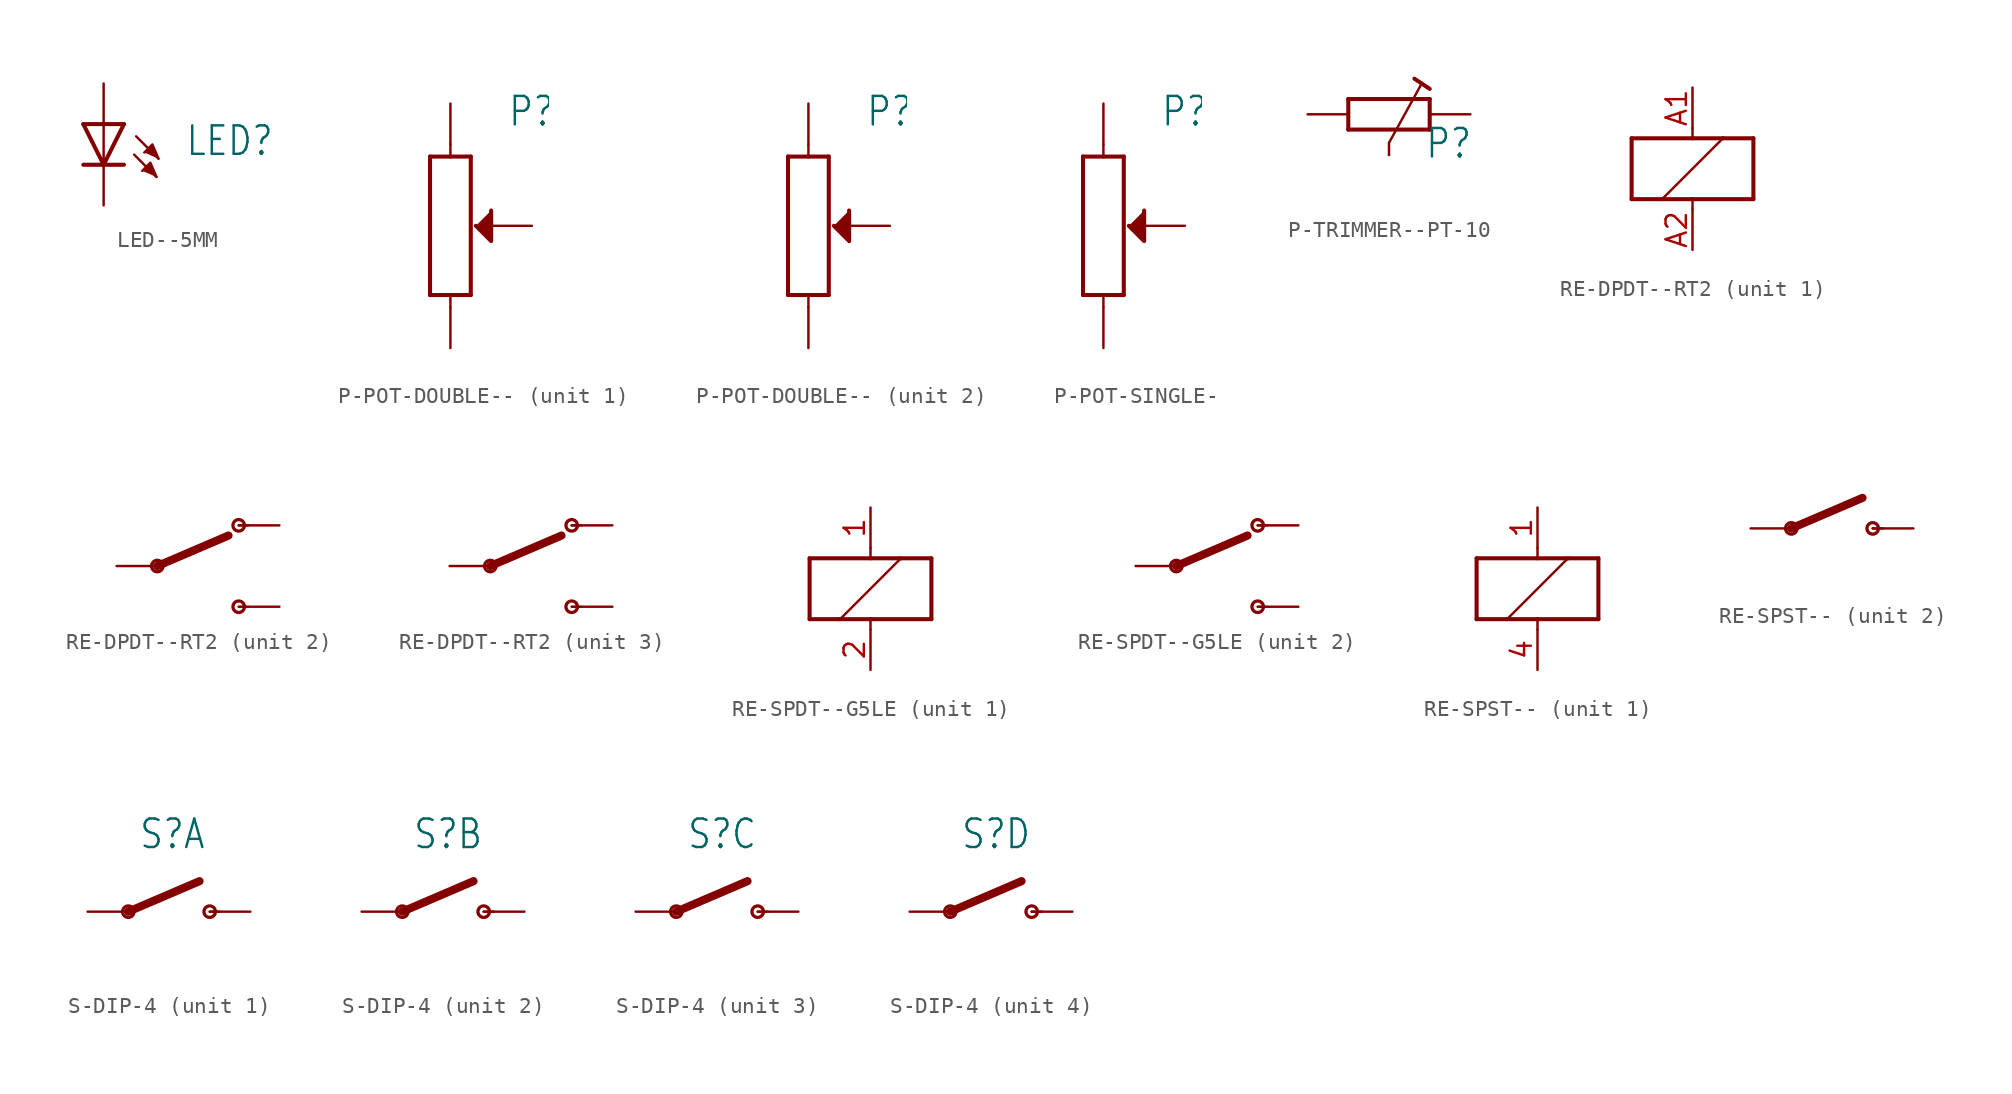
<source format=kicad_sym>
(kicad_symbol_lib
  (version 20231120)
  (generator "kicad_symbol_editor")
  (generator_version "8.0")
  (symbol "LED--5MM"
    (property "Reference" "LED"
      (at 5.08 0 0)
      (effects (font (size 1.778 1.511)) (justify left top)))
    (property "Value" ""
      (at 5.08 -2.54 0)
      (effects (font (size 1.778 1.511)) (justify left top)))
    (property "ki_locked" ""
      (at 0 0 0)
      (effects (font (size 1.27 1.27))))
    (symbol "LED--5MM_1_0"
      (polyline (pts (xy -1.27 -2.54) (xy 0 -2.54)) (stroke (width 0.254) (type solid)) (fill (type none)))
      (polyline (pts (xy -1.27 0) (xy 0 -2.54)) (stroke (width 0.254) (type solid)) (fill (type none)))
      (polyline (pts (xy -1.27 0) (xy 0 0)) (stroke (width 0.254) (type solid)) (fill (type none)))
      (polyline (pts (xy 0 -2.54) (xy 1.27 -2.54)) (stroke (width 0.254) (type solid)) (fill (type none)))
      (polyline (pts (xy 0 -2.54) (xy 1.27 0)) (stroke (width 0.254) (type solid)) (fill (type none)))
      (polyline (pts (xy 0 0) (xy 0 -2.54)) (stroke (width 0.152) (type solid)) (fill (type none)))
      (polyline (pts (xy 0 0) (xy 1.27 0)) (stroke (width 0.254) (type solid)) (fill (type none)))
      (polyline (pts (xy 1.905 -1.905) (xy 3.302 -3.302)) (stroke (width 0.152) (type solid)) (fill (type none)))
      (polyline (pts (xy 2.032 -0.762) (xy 3.429 -2.159)) (stroke (width 0.152) (type solid)) (fill (type none)))
      (polyline (pts (xy 3.302 -3.302) (xy 2.921 -2.413) (xy 2.413 -2.921)) (stroke (width 0.152) (type solid)) (fill (type outline)))
      (polyline (pts (xy 3.429 -2.159) (xy 3.048 -1.27) (xy 2.54 -1.778)) (stroke (width 0.152) (type solid)) (fill (type outline)))
      (pin passive line (at 0 2.54 270) (length 2.54) (name "A" (effects (font (size 0 0)))) (number "A" (effects (font (size 0 0)))))
      (pin passive line (at 0 -5.08 90) (length 2.54) (name "C" (effects (font (size 0 0)))) (number "C" (effects (font (size 0 0)))))))
  (symbol "P-POT-DOUBLE--"
    (property "Reference" "P"
      (at 1.016 6.096 0)
      (effects (font (size 1.778 1.511)) (justify left bottom)))
    (property "Value" ""
      (at 0.889 3.81 0)
      (effects (font (size 1.778 1.511)) (justify left bottom)))
    (property "ki_locked" ""
      (at 0 0 0)
      (effects (font (size 1.27 1.27))))
    (symbol "P-POT-DOUBLE--_1_0"
      (polyline (pts (xy -3.81 -4.318) (xy -3.81 4.318)) (stroke (width 0.254) (type solid)) (fill (type none)))
      (polyline (pts (xy -3.81 4.318) (xy -2.54 4.318)) (stroke (width 0.254) (type solid)) (fill (type none)))
      (polyline (pts (xy -2.54 -5.08) (xy -2.54 -4.318)) (stroke (width 0.152) (type solid)) (fill (type none)))
      (polyline (pts (xy -2.54 -4.318) (xy -3.81 -4.318)) (stroke (width 0.254) (type solid)) (fill (type none)))
      (polyline (pts (xy -2.54 4.318) (xy -1.27 4.318)) (stroke (width 0.254) (type solid)) (fill (type none)))
      (polyline (pts (xy -2.54 5.08) (xy -2.54 4.318)) (stroke (width 0.152) (type solid)) (fill (type none)))
      (polyline (pts (xy -1.27 -4.318) (xy -2.54 -4.318)) (stroke (width 0.254) (type solid)) (fill (type none)))
      (polyline (pts (xy -1.27 4.318) (xy -1.27 -4.318)) (stroke (width 0.254) (type solid)) (fill (type none)))
      (polyline (pts (xy -0.953 0) (xy 0 -0.953) (xy 0 0.953)) (stroke (width 0.254) (type solid)) (fill (type outline)))
      (pin passive line (at -2.54 -7.62 90) (length 2.54) (name "1A" (effects (font (size 0 0)))) (number "1A" (effects (font (size 0 0)))))
      (pin passive line (at -2.54 7.62 270) (length 2.54) (name "1E" (effects (font (size 0 0)))) (number "1E" (effects (font (size 0 0)))))
      (pin passive line (at 2.54 0 180) (length 2.54) (name "1S" (effects (font (size 0 0)))) (number "1S" (effects (font (size 0 0))))))
    (symbol "P-POT-DOUBLE--_2_0"
      (polyline (pts (xy -3.81 -4.318) (xy -3.81 4.318)) (stroke (width 0.254) (type solid)) (fill (type none)))
      (polyline (pts (xy -3.81 4.318) (xy -2.54 4.318)) (stroke (width 0.254) (type solid)) (fill (type none)))
      (polyline (pts (xy -2.54 -5.08) (xy -2.54 -4.318)) (stroke (width 0.152) (type solid)) (fill (type none)))
      (polyline (pts (xy -2.54 -4.318) (xy -3.81 -4.318)) (stroke (width 0.254) (type solid)) (fill (type none)))
      (polyline (pts (xy -2.54 4.318) (xy -1.27 4.318)) (stroke (width 0.254) (type solid)) (fill (type none)))
      (polyline (pts (xy -2.54 5.08) (xy -2.54 4.318)) (stroke (width 0.152) (type solid)) (fill (type none)))
      (polyline (pts (xy -1.27 -4.318) (xy -2.54 -4.318)) (stroke (width 0.254) (type solid)) (fill (type none)))
      (polyline (pts (xy -1.27 4.318) (xy -1.27 -4.318)) (stroke (width 0.254) (type solid)) (fill (type none)))
      (polyline (pts (xy -0.953 0) (xy 0 -0.953) (xy 0 0.953)) (stroke (width 0.254) (type solid)) (fill (type outline)))
      (pin passive line (at -2.54 -7.62 90) (length 2.54) (name "1A" (effects (font (size 0 0)))) (number "2A" (effects (font (size 0 0)))))
      (pin passive line (at -2.54 7.62 270) (length 2.54) (name "1E" (effects (font (size 0 0)))) (number "2E" (effects (font (size 0 0)))))
      (pin passive line (at 2.54 0 180) (length 2.54) (name "1S" (effects (font (size 0 0)))) (number "2S" (effects (font (size 0 0)))))))
  (symbol "P-POT-SINGLE-"
    (property "Reference" "P"
      (at 1.016 6.096 0)
      (effects (font (size 1.778 1.511)) (justify left bottom)))
    (property "Value" ""
      (at 0.889 3.81 0)
      (effects (font (size 1.778 1.511)) (justify left bottom)))
    (property "ki_locked" ""
      (at 0 0 0)
      (effects (font (size 1.27 1.27))))
    (symbol "P-POT-SINGLE-_1_0"
      (polyline (pts (xy -3.81 -4.318) (xy -3.81 4.318)) (stroke (width 0.254) (type solid)) (fill (type none)))
      (polyline (pts (xy -3.81 4.318) (xy -2.54 4.318)) (stroke (width 0.254) (type solid)) (fill (type none)))
      (polyline (pts (xy -2.54 -5.08) (xy -2.54 -4.318)) (stroke (width 0.152) (type solid)) (fill (type none)))
      (polyline (pts (xy -2.54 -4.318) (xy -3.81 -4.318)) (stroke (width 0.254) (type solid)) (fill (type none)))
      (polyline (pts (xy -2.54 4.318) (xy -1.27 4.318)) (stroke (width 0.254) (type solid)) (fill (type none)))
      (polyline (pts (xy -2.54 5.08) (xy -2.54 4.318)) (stroke (width 0.152) (type solid)) (fill (type none)))
      (polyline (pts (xy -1.27 -4.318) (xy -2.54 -4.318)) (stroke (width 0.254) (type solid)) (fill (type none)))
      (polyline (pts (xy -1.27 4.318) (xy -1.27 -4.318)) (stroke (width 0.254) (type solid)) (fill (type none)))
      (polyline (pts (xy -0.953 0) (xy 0 -0.953) (xy 0 0.953)) (stroke (width 0.254) (type solid)) (fill (type outline)))
      (pin passive line (at -2.54 -7.62 90) (length 2.54) (name "1A" (effects (font (size 0 0)))) (number "1A" (effects (font (size 0 0)))))
      (pin passive line (at -2.54 7.62 270) (length 2.54) (name "1E" (effects (font (size 0 0)))) (number "1E" (effects (font (size 0 0)))))
      (pin passive line (at 2.54 0 180) (length 2.54) (name "1S" (effects (font (size 0 0)))) (number "1S" (effects (font (size 0 0)))))))
  (symbol "P-TRIMMER--PT-10"
    (property "Reference" "P"
      (at 2.223 -2.857 0)
      (effects (font (size 1.778 1.511)) (justify left bottom)))
    (property "Value" ""
      (at 2.54 -5.397 0)
      (effects (font (size 1.778 1.511)) (justify left bottom)))
    (property "ki_locked" ""
      (at 0 0 0)
      (effects (font (size 1.27 1.27))))
    (symbol "P-TRIMMER--PT-10_1_0"
      (polyline (pts (xy -2.54 -0.953) (xy 2.54 -0.953)) (stroke (width 0.254) (type solid)) (fill (type none)))
      (polyline (pts (xy -2.54 0.953) (xy -2.54 -0.953)) (stroke (width 0.254) (type solid)) (fill (type none)))
      (polyline (pts (xy 0 -1.778) (xy 0 -2.54)) (stroke (width 0.152) (type solid)) (fill (type none)))
      (polyline (pts (xy 0 -1.778) (xy 2.032 1.905)) (stroke (width 0.152) (type solid)) (fill (type none)))
      (polyline (pts (xy 2.54 -0.953) (xy 2.54 0.953)) (stroke (width 0.254) (type solid)) (fill (type none)))
      (polyline (pts (xy 2.54 0.953) (xy -2.54 0.953)) (stroke (width 0.254) (type solid)) (fill (type none)))
      (polyline (pts (xy 2.54 1.587) (xy 1.587 2.223)) (stroke (width 0.254) (type solid)) (fill (type none)))
      (pin passive line (at -5.08 0 0) (length 2.54) (name "1" (effects (font (size 0 0)))) (number "1" (effects (font (size 0 0)))))
      (pin passive line (at 5.08 0 180) (length 2.54) (name "2" (effects (font (size 0 0)))) (number "2" (effects (font (size 0 0)))))
      (pin passive line (at 0 -2.54 90) (length 0) (name "3" (effects (font (size 0 0)))) (number "3" (effects (font (size 0 0)))))))
  (symbol "RE-DPDT--RT2"
    (property "Reference" "RE"
      (at -1.905 -6.35 0)
      (effects (font (size 1.778 1.511)) (justify left bottom) (hide yes)))
    (property "Value" ""
      (at -2.54 3.81 0)
      (effects (font (size 1.778 1.511)) (justify left bottom)))
    (property "ki_locked" ""
      (at 0 0 0)
      (effects (font (size 1.27 1.27))))
    (symbol "RE-DPDT--RT2_1_0"
      (polyline (pts (xy -3.81 -1.905) (xy -1.905 -1.905)) (stroke (width 0.254) (type solid)) (fill (type none)))
      (polyline (pts (xy -3.81 1.905) (xy -3.81 -1.905)) (stroke (width 0.254) (type solid)) (fill (type none)))
      (polyline (pts (xy -1.905 -1.905) (xy 0 -1.905)) (stroke (width 0.254) (type solid)) (fill (type none)))
      (polyline (pts (xy -1.905 -1.905) (xy 1.905 1.905)) (stroke (width 0.152) (type solid)) (fill (type none)))
      (polyline (pts (xy 0 -2.54) (xy 0 -1.905)) (stroke (width 0.152) (type solid)) (fill (type none)))
      (polyline (pts (xy 0 -1.905) (xy 3.81 -1.905)) (stroke (width 0.254) (type solid)) (fill (type none)))
      (polyline (pts (xy 0 1.905) (xy -3.81 1.905)) (stroke (width 0.254) (type solid)) (fill (type none)))
      (polyline (pts (xy 0 2.54) (xy 0 1.905)) (stroke (width 0.152) (type solid)) (fill (type none)))
      (polyline (pts (xy 1.905 1.905) (xy 0 1.905)) (stroke (width 0.254) (type solid)) (fill (type none)))
      (polyline (pts (xy 3.81 -1.905) (xy 3.81 1.905)) (stroke (width 0.254) (type solid)) (fill (type none)))
      (polyline (pts (xy 3.81 1.905) (xy 1.905 1.905)) (stroke (width 0.254) (type solid)) (fill (type none)))
      (pin passive line (at 0 5.08 270) (length 2.54) (name "1" (effects (font (size 0 0)))) (number "A1" (effects (font (size 1.27 1.27)))))
      (pin passive line (at 0 -5.08 90) (length 2.54) (name "2" (effects (font (size 0 0)))) (number "A2" (effects (font (size 1.27 1.27))))))
    (symbol "RE-DPDT--RT2_2_0"
      (circle (center -2.54 0) (radius 0.359) (stroke (width 0.203) (type solid)) (fill (type none)))
      (polyline (pts (xy -2.54 0) (xy 1.905 1.905)) (stroke (width 0.508) (type solid)) (fill (type none)))
      (polyline (pts (xy 2.54 -2.54) (xy 3.175 -2.54)) (stroke (width 0.127) (type solid)) (fill (type none)))
      (polyline (pts (xy 2.54 2.54) (xy 3.175 2.54)) (stroke (width 0.152) (type solid)) (fill (type none)))
      (circle (center 2.54 -2.54) (radius 0.359) (stroke (width 0.203) (type solid)) (fill (type none)))
      (circle (center 2.54 2.54) (radius 0.359) (stroke (width 0.203) (type solid)) (fill (type none)))
      (pin passive line (at 5.08 2.54 180) (length 2.54) (name "O" (effects (font (size 0 0)))) (number "O1" (effects (font (size 0 0)))))
      (pin passive line (at -5.08 0 0) (length 2.54) (name "P" (effects (font (size 0 0)))) (number "P1" (effects (font (size 0 0)))))
      (pin passive line (at 5.08 -2.54 180) (length 2.54) (name "S" (effects (font (size 0 0)))) (number "S1" (effects (font (size 0 0))))))
    (symbol "RE-DPDT--RT2_3_0"
      (circle (center -2.54 0) (radius 0.359) (stroke (width 0.203) (type solid)) (fill (type none)))
      (polyline (pts (xy -2.54 0) (xy 1.905 1.905)) (stroke (width 0.508) (type solid)) (fill (type none)))
      (polyline (pts (xy 2.54 -2.54) (xy 3.175 -2.54)) (stroke (width 0.127) (type solid)) (fill (type none)))
      (polyline (pts (xy 2.54 2.54) (xy 3.175 2.54)) (stroke (width 0.152) (type solid)) (fill (type none)))
      (circle (center 2.54 -2.54) (radius 0.359) (stroke (width 0.203) (type solid)) (fill (type none)))
      (circle (center 2.54 2.54) (radius 0.359) (stroke (width 0.203) (type solid)) (fill (type none)))
      (pin passive line (at 5.08 2.54 180) (length 2.54) (name "O" (effects (font (size 0 0)))) (number "O2" (effects (font (size 0 0)))))
      (pin passive line (at -5.08 0 0) (length 2.54) (name "P" (effects (font (size 0 0)))) (number "P2" (effects (font (size 0 0)))))
      (pin passive line (at 5.08 -2.54 180) (length 2.54) (name "S" (effects (font (size 0 0)))) (number "S2" (effects (font (size 0 0)))))))
  (symbol "RE-SPDT--G5LE"
    (property "Reference" "RE"
      (at -1.905 -6.35 0)
      (effects (font (size 1.778 1.511)) (justify left bottom) (hide yes)))
    (property "Value" ""
      (at -2.54 3.81 0)
      (effects (font (size 1.778 1.511)) (justify left bottom)))
    (property "ki_locked" ""
      (at 0 0 0)
      (effects (font (size 1.27 1.27))))
    (symbol "RE-SPDT--G5LE_1_0"
      (polyline (pts (xy -3.81 -1.905) (xy -1.905 -1.905)) (stroke (width 0.254) (type solid)) (fill (type none)))
      (polyline (pts (xy -3.81 1.905) (xy -3.81 -1.905)) (stroke (width 0.254) (type solid)) (fill (type none)))
      (polyline (pts (xy -1.905 -1.905) (xy 0 -1.905)) (stroke (width 0.254) (type solid)) (fill (type none)))
      (polyline (pts (xy -1.905 -1.905) (xy 1.905 1.905)) (stroke (width 0.152) (type solid)) (fill (type none)))
      (polyline (pts (xy 0 -2.54) (xy 0 -1.905)) (stroke (width 0.152) (type solid)) (fill (type none)))
      (polyline (pts (xy 0 -1.905) (xy 3.81 -1.905)) (stroke (width 0.254) (type solid)) (fill (type none)))
      (polyline (pts (xy 0 1.905) (xy -3.81 1.905)) (stroke (width 0.254) (type solid)) (fill (type none)))
      (polyline (pts (xy 0 2.54) (xy 0 1.905)) (stroke (width 0.152) (type solid)) (fill (type none)))
      (polyline (pts (xy 1.905 1.905) (xy 0 1.905)) (stroke (width 0.254) (type solid)) (fill (type none)))
      (polyline (pts (xy 3.81 -1.905) (xy 3.81 1.905)) (stroke (width 0.254) (type solid)) (fill (type none)))
      (polyline (pts (xy 3.81 1.905) (xy 1.905 1.905)) (stroke (width 0.254) (type solid)) (fill (type none)))
      (pin passive line (at 0 5.08 270) (length 2.54) (name "1" (effects (font (size 0 0)))) (number "1" (effects (font (size 1.27 1.27)))))
      (pin passive line (at 0 -5.08 90) (length 2.54) (name "2" (effects (font (size 0 0)))) (number "2" (effects (font (size 1.27 1.27))))))
    (symbol "RE-SPDT--G5LE_2_0"
      (circle (center -2.54 0) (radius 0.359) (stroke (width 0.203) (type solid)) (fill (type none)))
      (polyline (pts (xy -2.54 0) (xy 1.905 1.905)) (stroke (width 0.508) (type solid)) (fill (type none)))
      (polyline (pts (xy 2.54 -2.54) (xy 3.175 -2.54)) (stroke (width 0.127) (type solid)) (fill (type none)))
      (polyline (pts (xy 2.54 2.54) (xy 3.175 2.54)) (stroke (width 0.152) (type solid)) (fill (type none)))
      (circle (center 2.54 -2.54) (radius 0.359) (stroke (width 0.203) (type solid)) (fill (type none)))
      (circle (center 2.54 2.54) (radius 0.359) (stroke (width 0.203) (type solid)) (fill (type none)))
      (pin passive line (at 5.08 2.54 180) (length 2.54) (name "O" (effects (font (size 0 0)))) (number "O" (effects (font (size 0 0)))))
      (pin passive line (at -5.08 0 0) (length 2.54) (name "P" (effects (font (size 0 0)))) (number "P" (effects (font (size 0 0)))))
      (pin passive line (at 5.08 -2.54 180) (length 2.54) (name "S" (effects (font (size 0 0)))) (number "S" (effects (font (size 0 0)))))))
  (symbol "RE-SPST--"
    (property "Reference" "RE"
      (at -1.905 3.81 0)
      (effects (font (size 1.778 1.511)) (justify left bottom) (hide yes)))
    (property "Value" ""
      (at -2.54 -3.81 0)
      (effects (font (size 1.778 1.511)) (justify left bottom)))
    (property "ki_locked" ""
      (at 0 0 0)
      (effects (font (size 1.27 1.27))))
    (symbol "RE-SPST--_1_0"
      (polyline (pts (xy -3.81 -1.905) (xy -1.905 -1.905)) (stroke (width 0.254) (type solid)) (fill (type none)))
      (polyline (pts (xy -3.81 1.905) (xy -3.81 -1.905)) (stroke (width 0.254) (type solid)) (fill (type none)))
      (polyline (pts (xy -1.905 -1.905) (xy 0 -1.905)) (stroke (width 0.254) (type solid)) (fill (type none)))
      (polyline (pts (xy -1.905 -1.905) (xy 1.905 1.905)) (stroke (width 0.152) (type solid)) (fill (type none)))
      (polyline (pts (xy 0 -2.54) (xy 0 -1.905)) (stroke (width 0.152) (type solid)) (fill (type none)))
      (polyline (pts (xy 0 -1.905) (xy 3.81 -1.905)) (stroke (width 0.254) (type solid)) (fill (type none)))
      (polyline (pts (xy 0 1.905) (xy -3.81 1.905)) (stroke (width 0.254) (type solid)) (fill (type none)))
      (polyline (pts (xy 0 2.54) (xy 0 1.905)) (stroke (width 0.152) (type solid)) (fill (type none)))
      (polyline (pts (xy 1.905 1.905) (xy 0 1.905)) (stroke (width 0.254) (type solid)) (fill (type none)))
      (polyline (pts (xy 3.81 -1.905) (xy 3.81 1.905)) (stroke (width 0.254) (type solid)) (fill (type none)))
      (polyline (pts (xy 3.81 1.905) (xy 1.905 1.905)) (stroke (width 0.254) (type solid)) (fill (type none)))
      (pin passive line (at 0 5.08 270) (length 2.54) (name "1" (effects (font (size 0 0)))) (number "1" (effects (font (size 1.27 1.27)))))
      (pin passive line (at 0 -5.08 90) (length 2.54) (name "2" (effects (font (size 0 0)))) (number "4" (effects (font (size 1.27 1.27))))))
    (symbol "RE-SPST--_2_0"
      (circle (center -2.54 0) (radius 0.359) (stroke (width 0.203) (type solid)) (fill (type none)))
      (polyline (pts (xy -2.54 0) (xy 1.905 1.905)) (stroke (width 0.508) (type solid)) (fill (type none)))
      (polyline (pts (xy 2.54 0) (xy 3.175 0)) (stroke (width 0.152) (type solid)) (fill (type none)))
      (circle (center 2.54 0) (radius 0.359) (stroke (width 0.203) (type solid)) (fill (type none)))
      (pin passive line (at 5.08 0 180) (length 2.54) (name "O" (effects (font (size 0 0)))) (number "2" (effects (font (size 0 0)))))
      (pin passive line (at -5.08 0 0) (length 2.54) (name "P" (effects (font (size 0 0)))) (number "3" (effects (font (size 0 0)))))))
  (symbol "S-DIP-4"
    (property "Reference" "S"
      (at -1.905 3.81 0)
      (effects (font (size 1.778 1.511)) (justify left bottom)))
    (property "Value" ""
      (at -2.54 -3.81 0)
      (effects (font (size 1.778 1.511)) (justify left bottom)))
    (property "ki_locked" ""
      (at 0 0 0)
      (effects (font (size 1.27 1.27))))
    (symbol "S-DIP-4_1_0"
      (circle (center -2.54 0) (radius 0.359) (stroke (width 0.203) (type solid)) (fill (type none)))
      (polyline (pts (xy -2.54 0) (xy 1.905 1.905)) (stroke (width 0.508) (type solid)) (fill (type none)))
      (polyline (pts (xy 2.54 0) (xy 3.175 0)) (stroke (width 0.152) (type solid)) (fill (type none)))
      (circle (center 2.54 0) (radius 0.359) (stroke (width 0.203) (type solid)) (fill (type none)))
      (pin passive line (at 5.08 0 180) (length 2.54) (name "O" (effects (font (size 0 0)))) (number "1" (effects (font (size 0 0)))))
      (pin passive line (at -5.08 0 0) (length 2.54) (name "P" (effects (font (size 0 0)))) (number "16" (effects (font (size 0 0))))))
    (symbol "S-DIP-4_2_0"
      (circle (center -2.54 0) (radius 0.359) (stroke (width 0.203) (type solid)) (fill (type none)))
      (polyline (pts (xy -2.54 0) (xy 1.905 1.905)) (stroke (width 0.508) (type solid)) (fill (type none)))
      (polyline (pts (xy 2.54 0) (xy 3.175 0)) (stroke (width 0.152) (type solid)) (fill (type none)))
      (circle (center 2.54 0) (radius 0.359) (stroke (width 0.203) (type solid)) (fill (type none)))
      (pin passive line (at -5.08 0 0) (length 2.54) (name "P" (effects (font (size 0 0)))) (number "15" (effects (font (size 0 0)))))
      (pin passive line (at 5.08 0 180) (length 2.54) (name "O" (effects (font (size 0 0)))) (number "2" (effects (font (size 0 0))))))
    (symbol "S-DIP-4_3_0"
      (circle (center -2.54 0) (radius 0.359) (stroke (width 0.203) (type solid)) (fill (type none)))
      (polyline (pts (xy -2.54 0) (xy 1.905 1.905)) (stroke (width 0.508) (type solid)) (fill (type none)))
      (polyline (pts (xy 2.54 0) (xy 3.175 0)) (stroke (width 0.152) (type solid)) (fill (type none)))
      (circle (center 2.54 0) (radius 0.359) (stroke (width 0.203) (type solid)) (fill (type none)))
      (pin passive line (at -5.08 0 0) (length 2.54) (name "P" (effects (font (size 0 0)))) (number "14" (effects (font (size 0 0)))))
      (pin passive line (at 5.08 0 180) (length 2.54) (name "O" (effects (font (size 0 0)))) (number "3" (effects (font (size 0 0))))))
    (symbol "S-DIP-4_4_0"
      (circle (center -2.54 0) (radius 0.359) (stroke (width 0.203) (type solid)) (fill (type none)))
      (polyline (pts (xy -2.54 0) (xy 1.905 1.905)) (stroke (width 0.508) (type solid)) (fill (type none)))
      (polyline (pts (xy 2.54 0) (xy 3.175 0)) (stroke (width 0.152) (type solid)) (fill (type none)))
      (circle (center 2.54 0) (radius 0.359) (stroke (width 0.203) (type solid)) (fill (type none)))
      (pin passive line (at -5.08 0 0) (length 2.54) (name "P" (effects (font (size 0 0)))) (number "13" (effects (font (size 0 0)))))
      (pin passive line (at 5.08 0 180) (length 2.54) (name "O" (effects (font (size 0 0)))) (number "4" (effects (font (size 0 0))))))))
</source>
